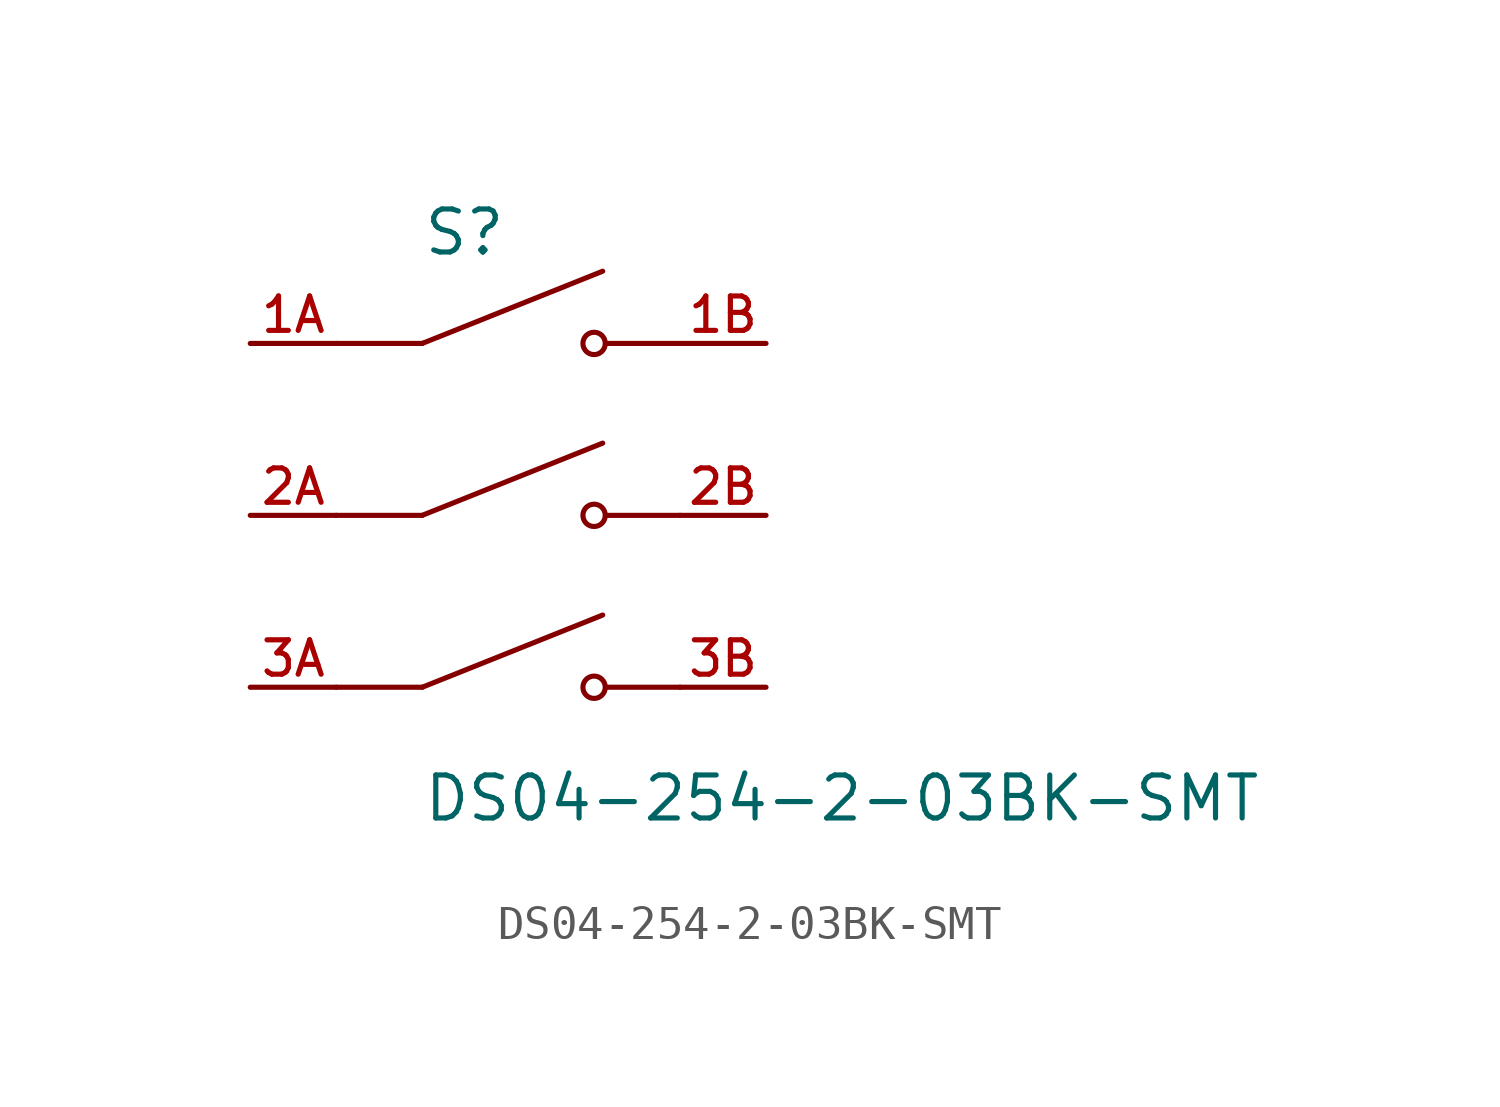
<source format=kicad_sym>
(kicad_symbol_lib
  (version 20211014)
  (generator kicad_symbol_editor)
  (symbol "DS04-254-2-03BK-SMT"
    (pin_names
      (offset 1.016))
    (property "Reference" "S"
      (at -2.54 7.62 0)
      (effects (font (size 1.27 1.27)) (justify bottom left)))
    (property "Value" "DS04-254-2-03BK-SMT"
      (at -2.54 -7.62 0)
      (effects (font (size 1.27 1.27)) (justify top left)))
    (symbol "DS04-254-2-03BK-SMT_0_0"
      (polyline (pts (xy -2.54 5.08) (xy 2.794 7.214)) (stroke (width 0.152)))
      (circle (center 2.54 5.08) (radius 0.33) (stroke (width 0.152)) (fill (type none)))
      (polyline (pts (xy 5.08 5.08) (xy 2.921 5.08)) (stroke (width 0.152)))
      (polyline (pts (xy -2.54 5.08) (xy -5.08 5.08)) (stroke (width 0.152)))
      (polyline (pts (xy -2.54 0.0) (xy 2.794 2.134)) (stroke (width 0.152)))
      (circle (center 2.54 0.0) (radius 0.33) (stroke (width 0.152)) (fill (type none)))
      (polyline (pts (xy 5.08 0.0) (xy 2.921 0.0)) (stroke (width 0.152)))
      (polyline (pts (xy -2.54 0.0) (xy -5.08 0.0)) (stroke (width 0.152)))
      (polyline (pts (xy -2.54 -5.08) (xy 2.794 -2.946)) (stroke (width 0.152)))
      (circle (center 2.54 -5.08) (radius 0.33) (stroke (width 0.152)) (fill (type none)))
      (polyline (pts (xy 5.08 -5.08) (xy 2.921 -5.08)) (stroke (width 0.152)))
      (polyline (pts (xy -2.54 -5.08) (xy -5.08 -5.08)) (stroke (width 0.152)))
      (pin passive line (at -7.62 5.08 0) (length 2.54) (name "~" (effects (font (size 1.016 1.016)))) (number "1A" (effects (font (size 1.016 1.016)))))
      (pin passive line (at 7.62 5.08 180.0) (length 2.54) (name "~" (effects (font (size 1.016 1.016)))) (number "1B" (effects (font (size 1.016 1.016)))))
      (pin passive line (at -7.62 0.0 0) (length 2.54) (name "~" (effects (font (size 1.016 1.016)))) (number "2A" (effects (font (size 1.016 1.016)))))
      (pin passive line (at 7.62 0.0 180.0) (length 2.54) (name "~" (effects (font (size 1.016 1.016)))) (number "2B" (effects (font (size 1.016 1.016)))))
      (pin passive line (at -7.62 -5.08 0) (length 2.54) (name "~" (effects (font (size 1.016 1.016)))) (number "3A" (effects (font (size 1.016 1.016)))))
      (pin passive line (at 7.62 -5.08 180.0) (length 2.54) (name "~" (effects (font (size 1.016 1.016)))) (number "3B" (effects (font (size 1.016 1.016))))))))
</source>
